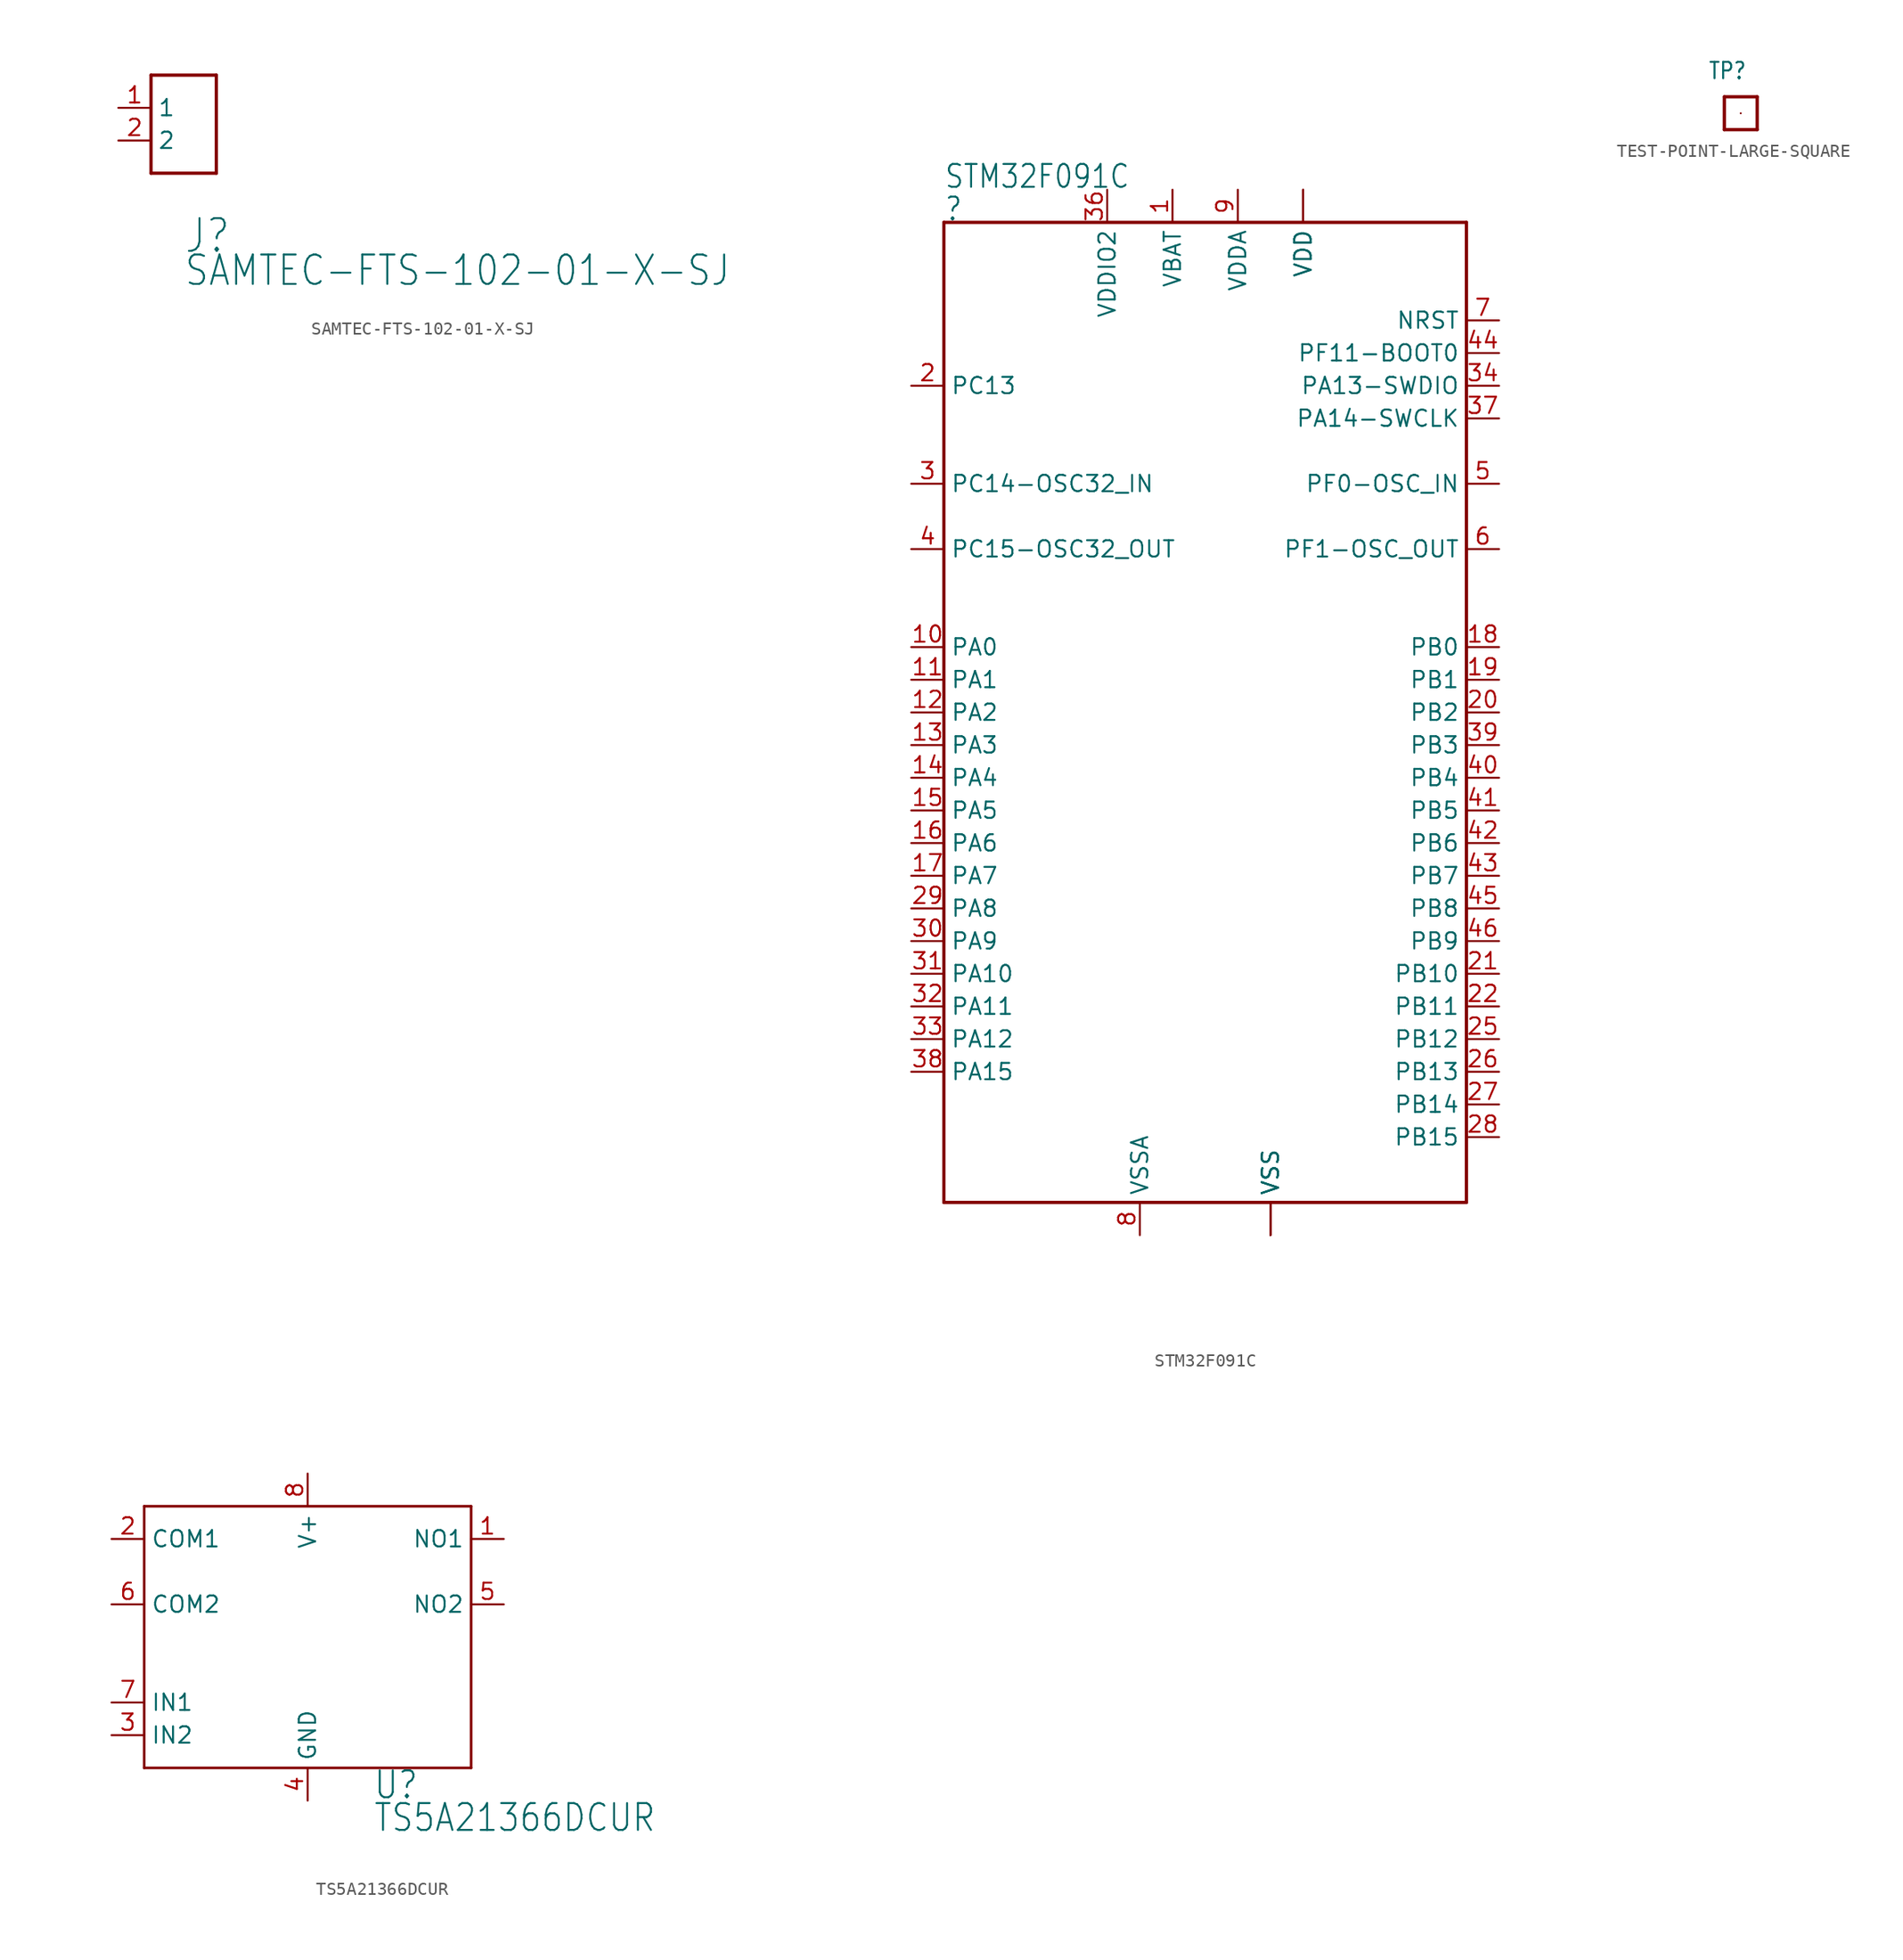
<source format=kicad_sym>
(kicad_symbol_lib
  (version 20211014)
  (generator kicad_symbol_editor)
  (symbol "SAMTEC-FTS-102-01-X-SJ"
    (property "Reference" "J"
      (at 0 -10.16 0)
      (effects (font (size 2.54 2.159)) (justify left bottom)))
    (property "Value" "SAMTEC-FTS-102-01-X-SJ"
      (at 0 -12.7 0)
      (effects (font (size 2.286 1.943)) (justify left bottom)))
    (property "ki_locked" ""
      (at 0 0 0)
      (effects (font (size 1.27 1.27))))
    (symbol "SAMTEC-FTS-102-01-X-SJ_1_0"
      (polyline (pts (xy -2.54 -3.81) (xy -2.54 3.81)) (stroke (width 0.254) (type default) (color 0 0 0 0)) (fill (type none)))
      (polyline (pts (xy -2.54 3.81) (xy 2.54 3.81)) (stroke (width 0.254) (type default) (color 0 0 0 0)) (fill (type none)))
      (polyline (pts (xy 2.54 -3.81) (xy -2.54 -3.81)) (stroke (width 0.254) (type default) (color 0 0 0 0)) (fill (type none)))
      (polyline (pts (xy 2.54 3.81) (xy 2.54 -3.81)) (stroke (width 0.254) (type default) (color 0 0 0 0)) (fill (type none)))
      (pin passive line (at -5.08 1.27 0) (length 2.54) (name "1" (effects (font (size 1.27 1.27)))) (number "1" (effects (font (size 1.27 1.27)))))
      (pin passive line (at -5.08 -1.27 0) (length 2.54) (name "2" (effects (font (size 1.27 1.27)))) (number "2" (effects (font (size 1.27 1.27)))))))
  (symbol "STM32F091C"
    (property "Reference" ""
      (at -20.32 38.1 0)
      (effects (font (size 1.778 1.511)) (justify left bottom)))
    (property "Value" "STM32F091C"
      (at -20.32 40.64 0)
      (effects (font (size 1.778 1.511)) (justify left bottom)))
    (property "ki_locked" ""
      (at 0 0 0)
      (effects (font (size 1.27 1.27))))
    (symbol "STM32F091C_1_0"
      (polyline (pts (xy -20.32 -38.1) (xy -20.32 38.1)) (stroke (width 0.254) (type default) (color 0 0 0 0)) (fill (type none)))
      (polyline (pts (xy -20.32 38.1) (xy 20.32 38.1)) (stroke (width 0.254) (type default) (color 0 0 0 0)) (fill (type none)))
      (polyline (pts (xy 20.32 -38.1) (xy -20.32 -38.1)) (stroke (width 0.254) (type default) (color 0 0 0 0)) (fill (type none)))
      (polyline (pts (xy 20.32 38.1) (xy 20.32 -38.1)) (stroke (width 0.254) (type default) (color 0 0 0 0)) (fill (type none)))
      (pin power_in line (at -2.54 40.64 270) (length 2.54) (name "VBAT" (effects (font (size 1.27 1.27)))) (number "1" (effects (font (size 1.27 1.27)))))
      (pin bidirectional line (at -22.86 5.08 0) (length 2.54) (name "PA0" (effects (font (size 1.27 1.27)))) (number "10" (effects (font (size 1.27 1.27)))))
      (pin bidirectional line (at -22.86 2.54 0) (length 2.54) (name "PA1" (effects (font (size 1.27 1.27)))) (number "11" (effects (font (size 1.27 1.27)))))
      (pin bidirectional line (at -22.86 0 0) (length 2.54) (name "PA2" (effects (font (size 1.27 1.27)))) (number "12" (effects (font (size 1.27 1.27)))))
      (pin bidirectional line (at -22.86 -2.54 0) (length 2.54) (name "PA3" (effects (font (size 1.27 1.27)))) (number "13" (effects (font (size 1.27 1.27)))))
      (pin bidirectional line (at -22.86 -5.08 0) (length 2.54) (name "PA4" (effects (font (size 1.27 1.27)))) (number "14" (effects (font (size 1.27 1.27)))))
      (pin bidirectional line (at -22.86 -7.62 0) (length 2.54) (name "PA5" (effects (font (size 1.27 1.27)))) (number "15" (effects (font (size 1.27 1.27)))))
      (pin bidirectional line (at -22.86 -10.16 0) (length 2.54) (name "PA6" (effects (font (size 1.27 1.27)))) (number "16" (effects (font (size 1.27 1.27)))))
      (pin bidirectional line (at -22.86 -12.7 0) (length 2.54) (name "PA7" (effects (font (size 1.27 1.27)))) (number "17" (effects (font (size 1.27 1.27)))))
      (pin bidirectional line (at 22.86 5.08 180) (length 2.54) (name "PB0" (effects (font (size 1.27 1.27)))) (number "18" (effects (font (size 1.27 1.27)))))
      (pin bidirectional line (at 22.86 2.54 180) (length 2.54) (name "PB1" (effects (font (size 1.27 1.27)))) (number "19" (effects (font (size 1.27 1.27)))))
      (pin bidirectional line (at -22.86 25.4 0) (length 2.54) (name "PC13" (effects (font (size 1.27 1.27)))) (number "2" (effects (font (size 1.27 1.27)))))
      (pin bidirectional line (at 22.86 0 180) (length 2.54) (name "PB2" (effects (font (size 1.27 1.27)))) (number "20" (effects (font (size 1.27 1.27)))))
      (pin bidirectional line (at 22.86 -20.32 180) (length 2.54) (name "PB10" (effects (font (size 1.27 1.27)))) (number "21" (effects (font (size 1.27 1.27)))))
      (pin bidirectional line (at 22.86 -22.86 180) (length 2.54) (name "PB11" (effects (font (size 1.27 1.27)))) (number "22" (effects (font (size 1.27 1.27)))))
      (pin power_in line (at 5.08 -40.64 90) (length 2.54) (name "VSS" (effects (font (size 1.27 1.27)))) (number "23" (effects (font (size 0 0)))))
      (pin power_in line (at 7.62 40.64 270) (length 2.54) (name "VDD" (effects (font (size 1.27 1.27)))) (number "24" (effects (font (size 0 0)))))
      (pin bidirectional line (at 22.86 -25.4 180) (length 2.54) (name "PB12" (effects (font (size 1.27 1.27)))) (number "25" (effects (font (size 1.27 1.27)))))
      (pin bidirectional line (at 22.86 -27.94 180) (length 2.54) (name "PB13" (effects (font (size 1.27 1.27)))) (number "26" (effects (font (size 1.27 1.27)))))
      (pin bidirectional line (at 22.86 -30.48 180) (length 2.54) (name "PB14" (effects (font (size 1.27 1.27)))) (number "27" (effects (font (size 1.27 1.27)))))
      (pin bidirectional line (at 22.86 -33.02 180) (length 2.54) (name "PB15" (effects (font (size 1.27 1.27)))) (number "28" (effects (font (size 1.27 1.27)))))
      (pin bidirectional line (at -22.86 -15.24 0) (length 2.54) (name "PA8" (effects (font (size 1.27 1.27)))) (number "29" (effects (font (size 1.27 1.27)))))
      (pin bidirectional line (at -22.86 17.78 0) (length 2.54) (name "PC14-OSC32_IN" (effects (font (size 1.27 1.27)))) (number "3" (effects (font (size 1.27 1.27)))))
      (pin bidirectional line (at -22.86 -17.78 0) (length 2.54) (name "PA9" (effects (font (size 1.27 1.27)))) (number "30" (effects (font (size 1.27 1.27)))))
      (pin bidirectional line (at -22.86 -20.32 0) (length 2.54) (name "PA10" (effects (font (size 1.27 1.27)))) (number "31" (effects (font (size 1.27 1.27)))))
      (pin bidirectional line (at -22.86 -22.86 0) (length 2.54) (name "PA11" (effects (font (size 1.27 1.27)))) (number "32" (effects (font (size 1.27 1.27)))))
      (pin bidirectional line (at -22.86 -25.4 0) (length 2.54) (name "PA12" (effects (font (size 1.27 1.27)))) (number "33" (effects (font (size 1.27 1.27)))))
      (pin bidirectional line (at 22.86 25.4 180) (length 2.54) (name "PA13-SWDIO" (effects (font (size 1.27 1.27)))) (number "34" (effects (font (size 1.27 1.27)))))
      (pin power_in line (at 5.08 -40.64 90) (length 2.54) (name "VSS" (effects (font (size 1.27 1.27)))) (number "35" (effects (font (size 0 0)))))
      (pin power_in line (at -7.62 40.64 270) (length 2.54) (name "VDDIO2" (effects (font (size 1.27 1.27)))) (number "36" (effects (font (size 1.27 1.27)))))
      (pin bidirectional line (at 22.86 22.86 180) (length 2.54) (name "PA14-SWCLK" (effects (font (size 1.27 1.27)))) (number "37" (effects (font (size 1.27 1.27)))))
      (pin bidirectional line (at -22.86 -27.94 0) (length 2.54) (name "PA15" (effects (font (size 1.27 1.27)))) (number "38" (effects (font (size 1.27 1.27)))))
      (pin bidirectional line (at 22.86 -2.54 180) (length 2.54) (name "PB3" (effects (font (size 1.27 1.27)))) (number "39" (effects (font (size 1.27 1.27)))))
      (pin bidirectional line (at -22.86 12.7 0) (length 2.54) (name "PC15-OSC32_OUT" (effects (font (size 1.27 1.27)))) (number "4" (effects (font (size 1.27 1.27)))))
      (pin bidirectional line (at 22.86 -5.08 180) (length 2.54) (name "PB4" (effects (font (size 1.27 1.27)))) (number "40" (effects (font (size 1.27 1.27)))))
      (pin bidirectional line (at 22.86 -7.62 180) (length 2.54) (name "PB5" (effects (font (size 1.27 1.27)))) (number "41" (effects (font (size 1.27 1.27)))))
      (pin bidirectional line (at 22.86 -10.16 180) (length 2.54) (name "PB6" (effects (font (size 1.27 1.27)))) (number "42" (effects (font (size 1.27 1.27)))))
      (pin bidirectional line (at 22.86 -12.7 180) (length 2.54) (name "PB7" (effects (font (size 1.27 1.27)))) (number "43" (effects (font (size 1.27 1.27)))))
      (pin bidirectional line (at 22.86 27.94 180) (length 2.54) (name "PF11-BOOT0" (effects (font (size 1.27 1.27)))) (number "44" (effects (font (size 1.27 1.27)))))
      (pin bidirectional line (at 22.86 -15.24 180) (length 2.54) (name "PB8" (effects (font (size 1.27 1.27)))) (number "45" (effects (font (size 1.27 1.27)))))
      (pin bidirectional line (at 22.86 -17.78 180) (length 2.54) (name "PB9" (effects (font (size 1.27 1.27)))) (number "46" (effects (font (size 1.27 1.27)))))
      (pin power_in line (at 5.08 -40.64 90) (length 2.54) (name "VSS" (effects (font (size 1.27 1.27)))) (number "47" (effects (font (size 0 0)))))
      (pin power_in line (at 7.62 40.64 270) (length 2.54) (name "VDD" (effects (font (size 1.27 1.27)))) (number "48" (effects (font (size 0 0)))))
      (pin bidirectional line (at 22.86 17.78 180) (length 2.54) (name "PF0-OSC_IN" (effects (font (size 1.27 1.27)))) (number "5" (effects (font (size 1.27 1.27)))))
      (pin bidirectional line (at 22.86 12.7 180) (length 2.54) (name "PF1-OSC_OUT" (effects (font (size 1.27 1.27)))) (number "6" (effects (font (size 1.27 1.27)))))
      (pin bidirectional line (at 22.86 30.48 180) (length 2.54) (name "NRST" (effects (font (size 1.27 1.27)))) (number "7" (effects (font (size 1.27 1.27)))))
      (pin power_in line (at -5.08 -40.64 90) (length 2.54) (name "VSSA" (effects (font (size 1.27 1.27)))) (number "8" (effects (font (size 1.27 1.27)))))
      (pin power_in line (at 2.54 40.64 270) (length 2.54) (name "VDDA" (effects (font (size 1.27 1.27)))) (number "9" (effects (font (size 1.27 1.27)))))))
  (symbol "TEST-POINT-LARGE-SQUARE"
    (property "Reference" "TP"
      (at -2.54 2.54 0)
      (effects (font (size 1.27 1.079)) (justify left bottom)))
    (property "ki_locked" ""
      (at 0 0 0)
      (effects (font (size 1.27 1.27))))
    (symbol "TEST-POINT-LARGE-SQUARE_1_0"
      (polyline (pts (xy -1.27 -1.27) (xy -1.27 1.27)) (stroke (width 0.254) (type default) (color 0 0 0 0)) (fill (type none)))
      (polyline (pts (xy -1.27 1.27) (xy 1.27 1.27)) (stroke (width 0.254) (type default) (color 0 0 0 0)) (fill (type none)))
      (polyline (pts (xy 1.27 -1.27) (xy -1.27 -1.27)) (stroke (width 0.254) (type default) (color 0 0 0 0)) (fill (type none)))
      (polyline (pts (xy 1.27 1.27) (xy 1.27 -1.27)) (stroke (width 0.254) (type default) (color 0 0 0 0)) (fill (type none)))
      (pin passive line (at 0 0 0) (length 0) (name "1" (effects (font (size 0 0)))) (number "1" (effects (font (size 0 0)))))))
  (symbol "TS5A21366DCUR"
    (property "Reference" "U"
      (at 5.08 -12.7 0)
      (effects (font (size 2.083 1.77)) (justify left bottom)))
    (property "Value" "TS5A21366DCUR"
      (at 5.08 -15.24 0)
      (effects (font (size 2.083 1.77)) (justify left bottom)))
    (property "ki_locked" ""
      (at 0 0 0)
      (effects (font (size 1.27 1.27))))
    (symbol "TS5A21366DCUR_1_0"
      (polyline (pts (xy -12.7 -10.16) (xy 12.7 -10.16)) (stroke (width 0.203) (type default) (color 0 0 0 0)) (fill (type none)))
      (polyline (pts (xy -12.7 10.16) (xy -12.7 -10.16)) (stroke (width 0.203) (type default) (color 0 0 0 0)) (fill (type none)))
      (polyline (pts (xy 12.7 -10.16) (xy 12.7 10.16)) (stroke (width 0.203) (type default) (color 0 0 0 0)) (fill (type none)))
      (polyline (pts (xy 12.7 10.16) (xy -12.7 10.16)) (stroke (width 0.203) (type default) (color 0 0 0 0)) (fill (type none)))
      (pin bidirectional line (at 15.24 7.62 180) (length 2.54) (name "NO1" (effects (font (size 1.27 1.27)))) (number "1" (effects (font (size 1.27 1.27)))))
      (pin bidirectional line (at -15.24 7.62 0) (length 2.54) (name "COM1" (effects (font (size 1.27 1.27)))) (number "2" (effects (font (size 1.27 1.27)))))
      (pin input line (at -15.24 -7.62 0) (length 2.54) (name "IN2" (effects (font (size 1.27 1.27)))) (number "3" (effects (font (size 1.27 1.27)))))
      (pin power_in line (at 0 -12.7 90) (length 2.54) (name "GND" (effects (font (size 1.27 1.27)))) (number "4" (effects (font (size 1.27 1.27)))))
      (pin bidirectional line (at 15.24 2.54 180) (length 2.54) (name "NO2" (effects (font (size 1.27 1.27)))) (number "5" (effects (font (size 1.27 1.27)))))
      (pin bidirectional line (at -15.24 2.54 0) (length 2.54) (name "COM2" (effects (font (size 1.27 1.27)))) (number "6" (effects (font (size 1.27 1.27)))))
      (pin input line (at -15.24 -5.08 0) (length 2.54) (name "IN1" (effects (font (size 1.27 1.27)))) (number "7" (effects (font (size 1.27 1.27)))))
      (pin power_in line (at 0 12.7 270) (length 2.54) (name "V+" (effects (font (size 1.27 1.27)))) (number "8" (effects (font (size 1.27 1.27))))))))
</source>
